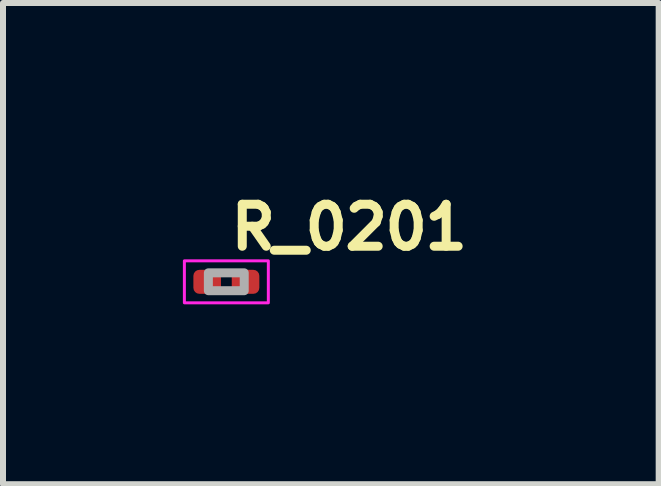
<source format=kicad_pcb>
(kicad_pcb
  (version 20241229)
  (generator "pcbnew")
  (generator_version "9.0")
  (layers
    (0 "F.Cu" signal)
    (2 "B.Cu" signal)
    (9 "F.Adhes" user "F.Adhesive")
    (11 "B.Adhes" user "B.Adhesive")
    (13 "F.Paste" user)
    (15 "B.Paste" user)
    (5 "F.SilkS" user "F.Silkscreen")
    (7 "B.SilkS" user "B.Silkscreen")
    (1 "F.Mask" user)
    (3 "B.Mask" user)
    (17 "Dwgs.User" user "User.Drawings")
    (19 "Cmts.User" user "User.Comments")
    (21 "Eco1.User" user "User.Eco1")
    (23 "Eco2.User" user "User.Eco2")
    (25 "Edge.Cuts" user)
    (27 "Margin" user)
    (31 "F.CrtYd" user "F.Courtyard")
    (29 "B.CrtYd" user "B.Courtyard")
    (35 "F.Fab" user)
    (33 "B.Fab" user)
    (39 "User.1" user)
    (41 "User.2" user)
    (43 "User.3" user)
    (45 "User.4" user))
  (footprint "R_0201"
    (layer "F.Cu")
    (at 0.725 1.65)
    (property "Reference" "R_0201" (at 0 -0.5 0) (layer "F.SilkS") (effects (font (size 0.7 0.7) (thickness 0.15)) (justify left bottom)))
    (attr smd)
    (fp_rect (start -0.7 -0.35) (end 0.7 0.35) (stroke (width 0.05) (type default)) (fill no) (layer "F.CrtYd"))
    (fp_rect (start -0.3 -0.15) (end 0.298 0.148) (stroke (width 0.15) (type solid)) (fill no) (layer "F.Fab"))
    (fp_rect (start -0.3 -0.15) (end 0.298 0.148) (stroke (width 0.1) (type solid)) (fill no) (layer "User.5"))
    (fp_line (start -0.3 0.148) (end -0.3 -0.15) (stroke (width 0.02) (type solid)) (layer "User.9"))
    (fp_line (start -0.25 -0.15) (end -0.3 -0.15) (stroke (width 0.02) (type solid)) (layer "User.9"))
    (fp_line (start -0.25 -0.15) (end -0.25 -0.102) (stroke (width 0.02) (type solid)) (layer "User.9"))
    (fp_line (start -0.25 -0.102) (end -0.202 -0.102) (stroke (width 0.02) (type solid)) (layer "User.9"))
    (fp_line (start -0.25 0.1) (end -0.25 0.148) (stroke (width 0.02) (type solid)) (layer "User.9"))
    (fp_line (start -0.25 0.148) (end -0.3 0.148) (stroke (width 0.02) (type solid)) (layer "User.9"))
    (fp_line (start -0.202 -0.15) (end -0.25 -0.15) (stroke (width 0.02) (type solid)) (layer "User.9"))
    (fp_line (start -0.202 -0.15) (end -0.202 0.148) (stroke (width 0.02) (type solid)) (layer "User.9"))
    (fp_line (start -0.202 0.1) (end -0.25 0.1) (stroke (width 0.02) (type solid)) (layer "User.9"))
    (fp_line (start -0.202 0.1) (end -0.202 -0.102) (stroke (width 0.02) (type solid)) (layer "User.9"))
    (fp_line (start -0.202 0.148) (end -0.25 0.148) (stroke (width 0.02) (type solid)) (layer "User.9"))
    (fp_line (start -0.202 0.148) (end 0.2 0.148) (stroke (width 0.02) (type solid)) (layer "User.9"))
    (fp_line (start 0.2 -0.15) (end -0.202 -0.15) (stroke (width 0.02) (type solid)) (layer "User.9"))
    (fp_line (start 0.2 -0.102) (end 0.248 -0.102) (stroke (width 0.02) (type solid)) (layer "User.9"))
    (fp_line (start 0.2 0.1) (end 0.2 -0.102) (stroke (width 0.02) (type solid)) (layer "User.9"))
    (fp_line (start 0.2 0.148) (end 0.2 -0.15) (stroke (width 0.02) (type solid)) (layer "User.9"))
    (fp_line (start 0.248 -0.15) (end 0.2 -0.15) (stroke (width 0.02) (type solid)) (layer "User.9"))
    (fp_line (start 0.248 -0.15) (end 0.298 -0.15) (stroke (width 0.02) (type solid)) (layer "User.9"))
    (fp_line (start 0.248 -0.102) (end 0.248 -0.15) (stroke (width 0.02) (type solid)) (layer "User.9"))
    (fp_line (start 0.248 0.1) (end 0.2 0.1) (stroke (width 0.02) (type solid)) (layer "User.9"))
    (fp_line (start 0.248 0.148) (end 0.2 0.148) (stroke (width 0.02) (type solid)) (layer "User.9"))
    (fp_line (start 0.248 0.148) (end 0.248 0.1) (stroke (width 0.02) (type solid)) (layer "User.9"))
    (fp_line (start 0.248 0.148) (end 0.298 0.148) (stroke (width 0.02) (type solid)) (layer "User.9"))
    (fp_line (start 0.298 0.148) (end 0.298 -0.15) (stroke (width 0.02) (type solid)) (layer "User.9"))
    (pad "" smd roundrect (at -0.346 0) (size 0.318 0.36) (layers "F.Paste") (roundrect_rratio 0.25))
    (pad "" smd roundrect (at 0.344 0) (size 0.318 0.36) (layers "F.Paste") (roundrect_rratio 0.25))
    (pad "1" smd roundrect (at -0.32 0) (size 0.46 0.4) (layers "F.Cu" "F.Mask") (roundrect_rratio 0.25))
    (pad "2" smd roundrect (at 0.32 0) (size 0.46 0.4) (layers "F.Cu" "F.Mask") (roundrect_rratio 0.25)))
  (gr_rect
    (start -3 -3)
    (end 7.935 5.025)
    (stroke (width 0.1) (type default))
    (fill no)
    (layer "Edge.Cuts")))
</source>
